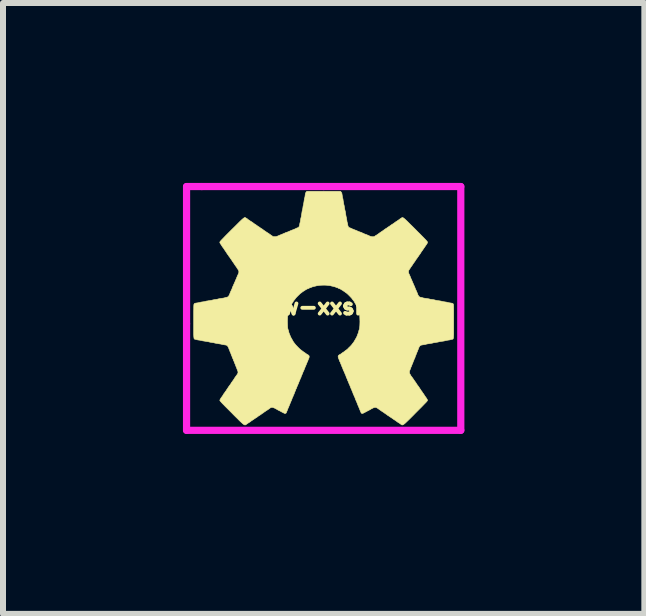
<source format=kicad_pcb>
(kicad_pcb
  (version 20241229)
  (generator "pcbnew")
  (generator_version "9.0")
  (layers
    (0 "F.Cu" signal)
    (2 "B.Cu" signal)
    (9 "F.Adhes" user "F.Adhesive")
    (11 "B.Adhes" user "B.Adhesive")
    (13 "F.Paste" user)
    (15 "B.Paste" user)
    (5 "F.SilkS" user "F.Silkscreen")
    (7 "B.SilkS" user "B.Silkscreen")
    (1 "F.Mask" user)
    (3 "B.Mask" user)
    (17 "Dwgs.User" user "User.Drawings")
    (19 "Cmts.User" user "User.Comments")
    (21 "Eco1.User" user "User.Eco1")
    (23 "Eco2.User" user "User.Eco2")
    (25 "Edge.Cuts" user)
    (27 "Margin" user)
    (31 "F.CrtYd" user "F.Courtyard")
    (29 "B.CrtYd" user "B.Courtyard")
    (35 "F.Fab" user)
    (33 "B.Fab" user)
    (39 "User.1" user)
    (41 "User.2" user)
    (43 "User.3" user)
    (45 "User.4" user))
  (footprint "oshw-xxsmall"
    (layer "F.Cu")
    (at 2.346 2.092)
    (property "Reference" "oshw-xxsmall" (at 0 -0.028 0) (layer "F.SilkS") (effects (font (size 0.254 0.254) (thickness 0.064))))
    (attr through_hole)
    (fp_poly (pts (xy 0.292 -1.939) (xy 0.298 -1.931) (xy 0.302 -1.922) (xy 0.305 -1.909) (xy 0.308 -1.89) (xy 0.309 -1.885) (xy 0.311 -1.867) (xy 0.314 -1.852) (xy 0.316 -1.842) (xy 0.317 -1.839) (xy 0.319 -1.834) (xy 0.322 -1.822) (xy 0.324 -1.804) (xy 0.327 -1.784) (xy 0.328 -1.782) (xy 0.331 -1.762) (xy 0.334 -1.743) (xy 0.337 -1.73) (xy 0.338 -1.723) (xy 0.339 -1.723) (xy 0.341 -1.716) (xy 0.343 -1.703) (xy 0.346 -1.686) (xy 0.347 -1.676) (xy 0.35 -1.659) (xy 0.353 -1.645) (xy 0.355 -1.636) (xy 0.356 -1.634) (xy 0.357 -1.629) (xy 0.36 -1.618) (xy 0.363 -1.601) (xy 0.366 -1.581) (xy 0.366 -1.579) (xy 0.369 -1.559) (xy 0.372 -1.541) (xy 0.375 -1.528) (xy 0.376 -1.522) (xy 0.377 -1.522) (xy 0.378 -1.516) (xy 0.381 -1.504) (xy 0.383 -1.487) (xy 0.385 -1.475) (xy 0.388 -1.457) (xy 0.39 -1.442) (xy 0.393 -1.432) (xy 0.394 -1.429) (xy 0.396 -1.422) (xy 0.399 -1.411) (xy 0.4 -1.398) (xy 0.404 -1.38) (xy 0.41 -1.364) (xy 0.418 -1.352) (xy 0.427 -1.346) (xy 0.429 -1.346) (xy 0.435 -1.345) (xy 0.446 -1.34) (xy 0.453 -1.337) (xy 0.477 -1.326) (xy 0.5 -1.317) (xy 0.516 -1.31) (xy 0.541 -1.301) (xy 0.563 -1.291) (xy 0.58 -1.283) (xy 0.594 -1.278) (xy 0.608 -1.273) (xy 0.612 -1.272) (xy 0.624 -1.268) (xy 0.638 -1.262) (xy 0.639 -1.261) (xy 0.659 -1.252) (xy 0.678 -1.243) (xy 0.694 -1.237) (xy 0.703 -1.234) (xy 0.717 -1.229) (xy 0.737 -1.22) (xy 0.765 -1.208) (xy 0.77 -1.205) (xy 0.786 -1.2) (xy 0.804 -1.196) (xy 0.822 -1.195) (xy 0.838 -1.197) (xy 0.85 -1.201) (xy 0.853 -1.203) (xy 0.858 -1.209) (xy 0.861 -1.211) (xy 0.866 -1.213) (xy 0.877 -1.22) (xy 0.892 -1.229) (xy 0.909 -1.241) (xy 0.928 -1.255) (xy 0.933 -1.259) (xy 0.948 -1.269) (xy 0.962 -1.279) (xy 0.972 -1.285) (xy 0.982 -1.292) (xy 0.995 -1.301) (xy 1.008 -1.311) (xy 1.02 -1.32) (xy 1.03 -1.327) (xy 1.035 -1.329) (xy 1.035 -1.329) (xy 1.039 -1.332) (xy 1.049 -1.338) (xy 1.06 -1.346) (xy 1.072 -1.355) (xy 1.081 -1.361) (xy 1.085 -1.363) (xy 1.09 -1.365) (xy 1.099 -1.372) (xy 1.111 -1.381) (xy 1.116 -1.384) (xy 1.129 -1.394) (xy 1.14 -1.401) (xy 1.146 -1.405) (xy 1.147 -1.405) (xy 1.152 -1.408) (xy 1.161 -1.414) (xy 1.174 -1.423) (xy 1.179 -1.427) (xy 1.192 -1.436) (xy 1.202 -1.444) (xy 1.208 -1.448) (xy 1.209 -1.448) (xy 1.213 -1.45) (xy 1.222 -1.456) (xy 1.233 -1.464) (xy 1.246 -1.473) (xy 1.257 -1.48) (xy 1.263 -1.483) (xy 1.269 -1.487) (xy 1.27 -1.49) (xy 1.273 -1.494) (xy 1.275 -1.494) (xy 1.28 -1.497) (xy 1.29 -1.503) (xy 1.293 -1.505) (xy 1.298 -1.509) (xy 1.303 -1.512) (xy 1.307 -1.515) (xy 1.312 -1.515) (xy 1.318 -1.514) (xy 1.326 -1.511) (xy 1.335 -1.505) (xy 1.346 -1.496) (xy 1.36 -1.484) (xy 1.377 -1.468) (xy 1.398 -1.448) (xy 1.423 -1.423) (xy 1.452 -1.394) (xy 1.487 -1.36) (xy 1.527 -1.32) (xy 1.531 -1.316) (xy 1.571 -1.275) (xy 1.606 -1.241) (xy 1.635 -1.211) (xy 1.66 -1.186) (xy 1.68 -1.165) (xy 1.697 -1.148) (xy 1.709 -1.135) (xy 1.718 -1.124) (xy 1.725 -1.116) (xy 1.729 -1.11) (xy 1.731 -1.106) (xy 1.731 -1.104) (xy 1.729 -1.093) (xy 1.722 -1.079) (xy 1.716 -1.07) (xy 1.707 -1.057) (xy 1.699 -1.046) (xy 1.695 -1.04) (xy 1.69 -1.032) (xy 1.68 -1.018) (xy 1.668 -1) (xy 1.654 -0.98) (xy 1.64 -0.959) (xy 1.637 -0.956) (xy 1.628 -0.943) (xy 1.621 -0.932) (xy 1.617 -0.926) (xy 1.617 -0.925) (xy 1.615 -0.921) (xy 1.608 -0.911) (xy 1.599 -0.899) (xy 1.599 -0.898) (xy 1.589 -0.885) (xy 1.582 -0.874) (xy 1.578 -0.867) (xy 1.578 -0.867) (xy 1.573 -0.861) (xy 1.571 -0.859) (xy 1.567 -0.856) (xy 1.566 -0.854) (xy 1.564 -0.848) (xy 1.557 -0.838) (xy 1.548 -0.826) (xy 1.547 -0.825) (xy 1.538 -0.812) (xy 1.531 -0.803) (xy 1.528 -0.798) (xy 1.528 -0.798) (xy 1.526 -0.793) (xy 1.52 -0.784) (xy 1.511 -0.771) (xy 1.507 -0.766) (xy 1.497 -0.753) (xy 1.49 -0.742) (xy 1.486 -0.736) (xy 1.486 -0.735) (xy 1.483 -0.73) (xy 1.477 -0.721) (xy 1.468 -0.709) (xy 1.467 -0.707) (xy 1.458 -0.695) (xy 1.451 -0.685) (xy 1.448 -0.68) (xy 1.448 -0.68) (xy 1.445 -0.675) (xy 1.439 -0.666) (xy 1.431 -0.654) (xy 1.421 -0.64) (xy 1.416 -0.628) (xy 1.414 -0.617) (xy 1.414 -0.611) (xy 1.415 -0.597) (xy 1.419 -0.584) (xy 1.42 -0.581) (xy 1.428 -0.565) (xy 1.437 -0.544) (xy 1.446 -0.524) (xy 1.452 -0.506) (xy 1.453 -0.506) (xy 1.457 -0.495) (xy 1.46 -0.488) (xy 1.461 -0.487) (xy 1.464 -0.482) (xy 1.468 -0.472) (xy 1.469 -0.47) (xy 1.474 -0.457) (xy 1.481 -0.441) (xy 1.483 -0.436) (xy 1.49 -0.42) (xy 1.497 -0.404) (xy 1.499 -0.4) (xy 1.505 -0.385) (xy 1.513 -0.369) (xy 1.515 -0.364) (xy 1.52 -0.352) (xy 1.523 -0.343) (xy 1.524 -0.341) (xy 1.526 -0.335) (xy 1.53 -0.325) (xy 1.532 -0.32) (xy 1.544 -0.295) (xy 1.552 -0.276) (xy 1.558 -0.262) (xy 1.563 -0.251) (xy 1.566 -0.242) (xy 1.567 -0.238) (xy 1.571 -0.227) (xy 1.575 -0.221) (xy 1.576 -0.22) (xy 1.579 -0.217) (xy 1.579 -0.215) (xy 1.583 -0.205) (xy 1.593 -0.196) (xy 1.607 -0.188) (xy 1.622 -0.184) (xy 1.624 -0.184) (xy 1.637 -0.181) (xy 1.646 -0.179) (xy 1.649 -0.178) (xy 1.654 -0.176) (xy 1.667 -0.173) (xy 1.684 -0.17) (xy 1.704 -0.167) (xy 1.706 -0.167) (xy 1.726 -0.164) (xy 1.744 -0.161) (xy 1.757 -0.159) (xy 1.763 -0.157) (xy 1.763 -0.157) (xy 1.769 -0.155) (xy 1.781 -0.152) (xy 1.798 -0.15) (xy 1.81 -0.148) (xy 1.828 -0.146) (xy 1.843 -0.143) (xy 1.853 -0.141) (xy 1.856 -0.14) (xy 1.862 -0.138) (xy 1.874 -0.135) (xy 1.891 -0.132) (xy 1.912 -0.129) (xy 1.913 -0.129) (xy 1.934 -0.126) (xy 1.951 -0.123) (xy 1.964 -0.12) (xy 1.97 -0.119) (xy 1.971 -0.118) (xy 1.976 -0.117) (xy 1.989 -0.114) (xy 2.005 -0.111) (xy 2.015 -0.11) (xy 2.033 -0.107) (xy 2.048 -0.105) (xy 2.057 -0.102) (xy 2.06 -0.102) (xy 2.065 -0.1) (xy 2.077 -0.097) (xy 2.094 -0.094) (xy 2.102 -0.093) (xy 2.126 -0.089) (xy 2.142 -0.086) (xy 2.153 -0.082) (xy 2.158 -0.078) (xy 2.159 -0.074) (xy 2.161 -0.068) (xy 2.163 -0.068) (xy 2.164 -0.064) (xy 2.165 -0.051) (xy 2.166 -0.03) (xy 2.166 -0.001) (xy 2.167 0.036) (xy 2.167 0.081) (xy 2.167 0.135) (xy 2.167 0.195) (xy 2.167 0.212) (xy 2.167 0.269) (xy 2.167 0.319) (xy 2.167 0.361) (xy 2.167 0.397) (xy 2.167 0.426) (xy 2.166 0.45) (xy 2.165 0.469) (xy 2.164 0.484) (xy 2.162 0.495) (xy 2.16 0.502) (xy 2.157 0.508) (xy 2.154 0.511) (xy 2.15 0.513) (xy 2.145 0.514) (xy 2.14 0.514) (xy 2.138 0.515) (xy 2.126 0.517) (xy 2.115 0.52) (xy 2.115 0.521) (xy 2.107 0.523) (xy 2.093 0.526) (xy 2.076 0.528) (xy 2.07 0.529) (xy 2.053 0.532) (xy 2.037 0.535) (xy 2.027 0.537) (xy 2.026 0.538) (xy 2.018 0.54) (xy 2.004 0.543) (xy 1.986 0.546) (xy 1.968 0.548) (xy 1.948 0.551) (xy 1.931 0.554) (xy 1.918 0.557) (xy 1.911 0.559) (xy 1.904 0.561) (xy 1.89 0.563) (xy 1.872 0.566) (xy 1.863 0.568) (xy 1.845 0.57) (xy 1.83 0.573) (xy 1.821 0.575) (xy 1.818 0.576) (xy 1.813 0.578) (xy 1.8 0.58) (xy 1.783 0.583) (xy 1.763 0.586) (xy 1.763 0.586) (xy 1.743 0.589) (xy 1.725 0.592) (xy 1.712 0.595) (xy 1.706 0.597) (xy 1.699 0.599) (xy 1.685 0.602) (xy 1.668 0.604) (xy 1.658 0.606) (xy 1.637 0.609) (xy 1.623 0.613) (xy 1.613 0.617) (xy 1.607 0.621) (xy 1.599 0.63) (xy 1.596 0.637) (xy 1.596 0.637) (xy 1.594 0.643) (xy 1.592 0.643) (xy 1.589 0.647) (xy 1.585 0.656) (xy 1.583 0.661) (xy 1.58 0.673) (xy 1.576 0.682) (xy 1.575 0.684) (xy 1.572 0.69) (xy 1.568 0.701) (xy 1.566 0.705) (xy 1.562 0.718) (xy 1.557 0.729) (xy 1.556 0.73) (xy 1.552 0.739) (xy 1.547 0.753) (xy 1.545 0.758) (xy 1.54 0.771) (xy 1.536 0.782) (xy 1.534 0.785) (xy 1.53 0.794) (xy 1.525 0.808) (xy 1.524 0.814) (xy 1.52 0.825) (xy 1.517 0.833) (xy 1.515 0.834) (xy 1.513 0.838) (xy 1.509 0.847) (xy 1.507 0.852) (xy 1.503 0.864) (xy 1.5 0.873) (xy 1.499 0.874) (xy 1.495 0.881) (xy 1.491 0.892) (xy 1.49 0.895) (xy 1.486 0.908) (xy 1.481 0.919) (xy 1.48 0.921) (xy 1.476 0.93) (xy 1.471 0.943) (xy 1.469 0.948) (xy 1.464 0.962) (xy 1.459 0.973) (xy 1.458 0.976) (xy 1.453 0.984) (xy 1.452 0.989) (xy 1.45 0.996) (xy 1.446 1.007) (xy 1.441 1.019) (xy 1.431 1.044) (xy 1.429 1.066) (xy 1.434 1.086) (xy 1.443 1.102) (xy 1.45 1.113) (xy 1.455 1.122) (xy 1.456 1.126) (xy 1.459 1.13) (xy 1.46 1.13) (xy 1.463 1.134) (xy 1.47 1.142) (xy 1.479 1.155) (xy 1.489 1.169) (xy 1.499 1.183) (xy 1.505 1.193) (xy 1.51 1.2) (xy 1.518 1.211) (xy 1.527 1.224) (xy 1.527 1.224) (xy 1.536 1.236) (xy 1.542 1.246) (xy 1.545 1.251) (xy 1.545 1.251) (xy 1.548 1.255) (xy 1.554 1.265) (xy 1.563 1.278) (xy 1.571 1.288) (xy 1.581 1.302) (xy 1.59 1.314) (xy 1.595 1.322) (xy 1.596 1.324) (xy 1.598 1.328) (xy 1.604 1.337) (xy 1.611 1.346) (xy 1.619 1.358) (xy 1.624 1.367) (xy 1.626 1.371) (xy 1.629 1.376) (xy 1.632 1.377) (xy 1.638 1.382) (xy 1.638 1.385) (xy 1.641 1.391) (xy 1.647 1.401) (xy 1.656 1.413) (xy 1.657 1.414) (xy 1.667 1.427) (xy 1.673 1.436) (xy 1.676 1.442) (xy 1.676 1.442) (xy 1.679 1.447) (xy 1.685 1.456) (xy 1.692 1.466) (xy 1.71 1.491) (xy 1.722 1.51) (xy 1.729 1.523) (xy 1.731 1.533) (xy 1.731 1.533) (xy 1.73 1.537) (xy 1.724 1.545) (xy 1.715 1.556) (xy 1.701 1.571) (xy 1.682 1.59) (xy 1.659 1.614) (xy 1.631 1.643) (xy 1.597 1.677) (xy 1.558 1.716) (xy 1.531 1.743) (xy 1.491 1.784) (xy 1.456 1.819) (xy 1.426 1.849) (xy 1.4 1.874) (xy 1.379 1.894) (xy 1.361 1.911) (xy 1.347 1.923) (xy 1.335 1.932) (xy 1.325 1.938) (xy 1.317 1.942) (xy 1.31 1.942) (xy 1.303 1.941) (xy 1.297 1.938) (xy 1.291 1.934) (xy 1.284 1.928) (xy 1.278 1.924) (xy 1.264 1.914) (xy 1.253 1.907) (xy 1.245 1.902) (xy 1.245 1.902) (xy 1.238 1.898) (xy 1.227 1.891) (xy 1.215 1.881) (xy 1.214 1.881) (xy 1.202 1.872) (xy 1.193 1.865) (xy 1.188 1.863) (xy 1.188 1.863) (xy 1.184 1.86) (xy 1.174 1.854) (xy 1.16 1.844) (xy 1.143 1.832) (xy 1.13 1.823) (xy 1.11 1.81) (xy 1.092 1.798) (xy 1.078 1.788) (xy 1.069 1.783) (xy 1.066 1.781) (xy 1.059 1.777) (xy 1.058 1.774) (xy 1.055 1.77) (xy 1.053 1.77) (xy 1.047 1.767) (xy 1.037 1.76) (xy 1.033 1.757) (xy 1.023 1.749) (xy 1.015 1.745) (xy 1.013 1.744) (xy 1.008 1.741) (xy 1.008 1.74) (xy 1.004 1.735) (xy 1 1.733) (xy 0.996 1.731) (xy 0.99 1.727) (xy 0.981 1.722) (xy 0.968 1.713) (xy 0.951 1.701) (xy 0.928 1.685) (xy 0.914 1.675) (xy 0.894 1.661) (xy 0.877 1.652) (xy 0.863 1.649) (xy 0.848 1.65) (xy 0.831 1.656) (xy 0.818 1.662) (xy 0.803 1.67) (xy 0.791 1.676) (xy 0.784 1.68) (xy 0.783 1.681) (xy 0.779 1.683) (xy 0.77 1.689) (xy 0.756 1.696) (xy 0.735 1.707) (xy 0.71 1.72) (xy 0.692 1.73) (xy 0.676 1.738) (xy 0.663 1.745) (xy 0.658 1.747) (xy 0.647 1.751) (xy 0.635 1.749) (xy 0.626 1.744) (xy 0.624 1.74) (xy 0.621 1.732) (xy 0.616 1.721) (xy 0.611 1.709) (xy 0.605 1.694) (xy 0.603 1.689) (xy 0.596 1.672) (xy 0.589 1.655) (xy 0.581 1.635) (xy 0.577 1.626) (xy 0.57 1.611) (xy 0.565 1.596) (xy 0.563 1.592) (xy 0.55 1.559) (xy 0.538 1.532) (xy 0.532 1.519) (xy 0.526 1.503) (xy 0.525 1.498) (xy 0.521 1.486) (xy 0.518 1.479) (xy 0.516 1.477) (xy 0.514 1.474) (xy 0.51 1.465) (xy 0.508 1.459) (xy 0.503 1.446) (xy 0.498 1.435) (xy 0.497 1.433) (xy 0.492 1.424) (xy 0.491 1.419) (xy 0.489 1.413) (xy 0.485 1.402) (xy 0.479 1.387) (xy 0.478 1.386) (xy 0.472 1.372) (xy 0.468 1.36) (xy 0.466 1.353) (xy 0.466 1.353) (xy 0.463 1.346) (xy 0.462 1.344) (xy 0.458 1.339) (xy 0.454 1.329) (xy 0.453 1.326) (xy 0.45 1.318) (xy 0.447 1.311) (xy 0.443 1.301) (xy 0.438 1.288) (xy 0.43 1.269) (xy 0.424 1.257) (xy 0.419 1.244) (xy 0.414 1.231) (xy 0.413 1.228) (xy 0.408 1.217) (xy 0.402 1.204) (xy 0.402 1.202) (xy 0.396 1.192) (xy 0.394 1.184) (xy 0.394 1.183) (xy 0.392 1.177) (xy 0.387 1.167) (xy 0.383 1.158) (xy 0.377 1.145) (xy 0.373 1.134) (xy 0.373 1.13) (xy 0.37 1.122) (xy 0.367 1.115) (xy 0.361 1.104) (xy 0.358 1.096) (xy 0.354 1.085) (xy 0.347 1.07) (xy 0.34 1.052) (xy 0.332 1.036) (xy 0.328 1.027) (xy 0.324 1.018) (xy 0.322 1.012) (xy 0.322 1.012) (xy 0.32 1.006) (xy 0.316 0.995) (xy 0.312 0.985) (xy 0.305 0.971) (xy 0.3 0.958) (xy 0.299 0.953) (xy 0.294 0.941) (xy 0.29 0.933) (xy 0.286 0.924) (xy 0.281 0.911) (xy 0.28 0.907) (xy 0.276 0.896) (xy 0.272 0.89) (xy 0.271 0.889) (xy 0.269 0.885) (xy 0.265 0.876) (xy 0.263 0.869) (xy 0.257 0.853) (xy 0.251 0.838) (xy 0.249 0.834) (xy 0.244 0.82) (xy 0.241 0.805) (xy 0.241 0.804) (xy 0.243 0.792) (xy 0.248 0.784) (xy 0.256 0.777) (xy 0.266 0.77) (xy 0.273 0.767) (xy 0.275 0.766) (xy 0.28 0.764) (xy 0.289 0.757) (xy 0.3 0.749) (xy 0.311 0.741) (xy 0.32 0.734) (xy 0.324 0.732) (xy 0.328 0.73) (xy 0.337 0.724) (xy 0.349 0.714) (xy 0.353 0.711) (xy 0.366 0.701) (xy 0.376 0.694) (xy 0.382 0.69) (xy 0.383 0.69) (xy 0.386 0.687) (xy 0.395 0.68) (xy 0.406 0.669) (xy 0.419 0.655) (xy 0.434 0.641) (xy 0.447 0.628) (xy 0.458 0.616) (xy 0.466 0.607) (xy 0.47 0.603) (xy 0.47 0.603) (xy 0.472 0.599) (xy 0.479 0.59) (xy 0.486 0.581) (xy 0.496 0.569) (xy 0.504 0.557) (xy 0.512 0.544) (xy 0.522 0.526) (xy 0.528 0.516) (xy 0.533 0.507) (xy 0.537 0.5) (xy 0.538 0.5) (xy 0.541 0.494) (xy 0.547 0.482) (xy 0.554 0.468) (xy 0.56 0.453) (xy 0.565 0.44) (xy 0.567 0.434) (xy 0.571 0.422) (xy 0.575 0.414) (xy 0.576 0.413) (xy 0.578 0.407) (xy 0.581 0.395) (xy 0.584 0.383) (xy 0.587 0.369) (xy 0.591 0.358) (xy 0.593 0.353) (xy 0.596 0.345) (xy 0.599 0.329) (xy 0.601 0.307) (xy 0.603 0.281) (xy 0.604 0.252) (xy 0.605 0.222) (xy 0.604 0.191) (xy 0.603 0.162) (xy 0.602 0.135) (xy 0.6 0.112) (xy 0.597 0.095) (xy 0.594 0.084) (xy 0.593 0.083) (xy 0.59 0.076) (xy 0.587 0.065) (xy 0.586 0.059) (xy 0.583 0.044) (xy 0.579 0.03) (xy 0.578 0.028) (xy 0.573 0.015) (xy 0.567 0.000411) (xy 0.566 -0.004) (xy 0.56 -0.02) (xy 0.55 -0.039) (xy 0.54 -0.06) (xy 0.529 -0.079) (xy 0.52 -0.094) (xy 0.52 -0.094) (xy 0.515 -0.103) (xy 0.512 -0.109) (xy 0.512 -0.109) (xy 0.51 -0.114) (xy 0.503 -0.123) (xy 0.494 -0.136) (xy 0.491 -0.139) (xy 0.481 -0.151) (xy 0.474 -0.161) (xy 0.47 -0.167) (xy 0.47 -0.167) (xy 0.467 -0.171) (xy 0.459 -0.18) (xy 0.448 -0.191) (xy 0.435 -0.205) (xy 0.421 -0.219) (xy 0.408 -0.232) (xy 0.396 -0.243) (xy 0.388 -0.251) (xy 0.384 -0.254) (xy 0.384 -0.254) (xy 0.379 -0.256) (xy 0.37 -0.263) (xy 0.359 -0.271) (xy 0.346 -0.281) (xy 0.334 -0.289) (xy 0.327 -0.292) (xy 0.32 -0.297) (xy 0.318 -0.3) (xy 0.314 -0.304) (xy 0.312 -0.305) (xy 0.305 -0.307) (xy 0.295 -0.313) (xy 0.293 -0.315) (xy 0.279 -0.323) (xy 0.264 -0.33) (xy 0.26 -0.331) (xy 0.249 -0.335) (xy 0.242 -0.338) (xy 0.241 -0.339) (xy 0.238 -0.342) (xy 0.23 -0.345) (xy 0.218 -0.348) (xy 0.205 -0.354) (xy 0.201 -0.355) (xy 0.188 -0.36) (xy 0.17 -0.365) (xy 0.155 -0.369) (xy 0.139 -0.372) (xy 0.127 -0.375) (xy 0.121 -0.377) (xy 0.12 -0.377) (xy 0.115 -0.379) (xy 0.102 -0.381) (xy 0.085 -0.383) (xy 0.064 -0.385) (xy 0.058 -0.386) (xy 0.024 -0.388) (xy -0.006 -0.388) (xy -0.037 -0.387) (xy -0.058 -0.386) (xy -0.08 -0.384) (xy -0.098 -0.381) (xy -0.112 -0.379) (xy -0.12 -0.378) (xy -0.12 -0.377) (xy -0.127 -0.375) (xy -0.139 -0.372) (xy -0.154 -0.369) (xy -0.155 -0.369) (xy -0.171 -0.365) (xy -0.184 -0.361) (xy -0.193 -0.358) (xy -0.202 -0.354) (xy -0.215 -0.349) (xy -0.221 -0.347) (xy -0.233 -0.344) (xy -0.24 -0.34) (xy -0.241 -0.339) (xy -0.245 -0.336) (xy -0.254 -0.332) (xy -0.26 -0.33) (xy -0.275 -0.325) (xy -0.29 -0.317) (xy -0.293 -0.315) (xy -0.303 -0.308) (xy -0.311 -0.305) (xy -0.312 -0.305) (xy -0.317 -0.302) (xy -0.318 -0.3) (xy -0.321 -0.296) (xy -0.329 -0.292) (xy -0.338 -0.287) (xy -0.351 -0.278) (xy -0.36 -0.271) (xy -0.371 -0.262) (xy -0.38 -0.256) (xy -0.383 -0.254) (xy -0.387 -0.251) (xy -0.396 -0.244) (xy -0.407 -0.232) (xy -0.421 -0.219) (xy -0.435 -0.205) (xy -0.448 -0.192) (xy -0.459 -0.18) (xy -0.467 -0.172) (xy -0.47 -0.168) (xy -0.47 -0.167) (xy -0.472 -0.163) (xy -0.479 -0.154) (xy -0.488 -0.142) (xy -0.491 -0.139) (xy -0.501 -0.126) (xy -0.508 -0.115) (xy -0.512 -0.108) (xy -0.512 -0.107) (xy -0.515 -0.1) (xy -0.518 -0.099) (xy -0.521 -0.094) (xy -0.528 -0.083) (xy -0.536 -0.067) (xy -0.545 -0.05) (xy -0.554 -0.032) (xy -0.561 -0.016) (xy -0.567 -0.002) (xy -0.567 0) (xy -0.573 0.014) (xy -0.578 0.027) (xy -0.578 0.028) (xy -0.582 0.04) (xy -0.586 0.055) (xy -0.586 0.059) (xy -0.589 0.072) (xy -0.592 0.081) (xy -0.593 0.083) (xy -0.596 0.091) (xy -0.599 0.107) (xy -0.601 0.129) (xy -0.603 0.155) (xy -0.604 0.184) (xy -0.605 0.214) (xy -0.604 0.245) (xy -0.603 0.274) (xy -0.602 0.301) (xy -0.6 0.324) (xy -0.597 0.341) (xy -0.594 0.352) (xy -0.593 0.353) (xy -0.59 0.36) (xy -0.587 0.371) (xy -0.584 0.383) (xy -0.581 0.397) (xy -0.578 0.408) (xy -0.576 0.413) (xy -0.573 0.419) (xy -0.569 0.43) (xy -0.567 0.434) (xy -0.563 0.445) (xy -0.557 0.459) (xy -0.551 0.474) (xy -0.544 0.488) (xy -0.539 0.497) (xy -0.538 0.5) (xy -0.534 0.504) (xy -0.529 0.514) (xy -0.528 0.516) (xy -0.516 0.537) (xy -0.508 0.552) (xy -0.499 0.564) (xy -0.491 0.576) (xy -0.486 0.581) (xy -0.478 0.592) (xy -0.472 0.6) (xy -0.47 0.603) (xy -0.467 0.606) (xy -0.459 0.615) (xy -0.448 0.626) (xy -0.435 0.64) (xy -0.421 0.654) (xy -0.408 0.667) (xy -0.396 0.678) (xy -0.387 0.686) (xy -0.383 0.69) (xy -0.383 0.69) (xy -0.379 0.692) (xy -0.37 0.699) (xy -0.358 0.708) (xy -0.353 0.711) (xy -0.341 0.721) (xy -0.33 0.728) (xy -0.324 0.732) (xy -0.324 0.732) (xy -0.32 0.735) (xy -0.311 0.741) (xy -0.3 0.749) (xy -0.288 0.758) (xy -0.279 0.764) (xy -0.275 0.766) (xy -0.269 0.769) (xy -0.26 0.775) (xy -0.256 0.777) (xy -0.246 0.786) (xy -0.242 0.796) (xy -0.241 0.804) (xy -0.243 0.818) (xy -0.248 0.833) (xy -0.249 0.834) (xy -0.255 0.848) (xy -0.261 0.864) (xy -0.263 0.868) (xy -0.267 0.88) (xy -0.27 0.887) (xy -0.271 0.889) (xy -0.274 0.894) (xy -0.278 0.904) (xy -0.279 0.906) (xy -0.286 0.924) (xy -0.296 0.948) (xy -0.307 0.972) (xy -0.312 0.985) (xy -0.317 0.999) (xy -0.318 0.999) (xy -0.323 1.013) (xy -0.328 1.027) (xy -0.328 1.027) (xy -0.333 1.037) (xy -0.34 1.052) (xy -0.345 1.063) (xy -0.35 1.077) (xy -0.354 1.087) (xy -0.356 1.091) (xy -0.358 1.096) (xy -0.362 1.107) (xy -0.366 1.115) (xy -0.372 1.128) (xy -0.376 1.139) (xy -0.377 1.143) (xy -0.379 1.152) (xy -0.383 1.158) (xy -0.388 1.167) (xy -0.393 1.18) (xy -0.394 1.183) (xy -0.399 1.196) (xy -0.404 1.207) (xy -0.404 1.209) (xy -0.41 1.22) (xy -0.413 1.228) (xy -0.416 1.238) (xy -0.422 1.252) (xy -0.424 1.257) (xy -0.434 1.279) (xy -0.441 1.295) (xy -0.445 1.306) (xy -0.449 1.314) (xy -0.451 1.322) (xy -0.453 1.326) (xy -0.457 1.337) (xy -0.461 1.344) (xy -0.462 1.344) (xy -0.465 1.35) (xy -0.466 1.353) (xy -0.467 1.359) (xy -0.472 1.371) (xy -0.478 1.386) (xy -0.478 1.386) (xy -0.485 1.401) (xy -0.489 1.413) (xy -0.491 1.419) (xy -0.491 1.419) (xy -0.493 1.427) (xy -0.497 1.433) (xy -0.502 1.442) (xy -0.507 1.456) (xy -0.508 1.459) (xy -0.512 1.47) (xy -0.515 1.477) (xy -0.516 1.477) (xy -0.519 1.481) (xy -0.522 1.491) (xy -0.525 1.498) (xy -0.53 1.513) (xy -0.536 1.528) (xy -0.538 1.532) (xy -0.553 1.567) (xy -0.563 1.592) (xy -0.568 1.605) (xy -0.575 1.621) (xy -0.577 1.626) (xy -0.586 1.648) (xy -0.594 1.665) (xy -0.601 1.682) (xy -0.603 1.689) (xy -0.609 1.704) (xy -0.615 1.717) (xy -0.616 1.721) (xy -0.621 1.732) (xy -0.624 1.74) (xy -0.63 1.747) (xy -0.64 1.75) (xy -0.652 1.75) (xy -0.658 1.747) (xy -0.666 1.743) (xy -0.679 1.736) (xy -0.696 1.728) (xy -0.707 1.721) (xy -0.734 1.707) (xy -0.755 1.697) (xy -0.769 1.689) (xy -0.778 1.684) (xy -0.782 1.681) (xy -0.783 1.681) (xy -0.788 1.678) (xy -0.798 1.672) (xy -0.812 1.665) (xy -0.818 1.662) (xy -0.84 1.653) (xy -0.857 1.649) (xy -0.873 1.65) (xy -0.888 1.657) (xy -0.906 1.67) (xy -0.92 1.68) (xy -0.932 1.689) (xy -0.94 1.694) (xy -0.949 1.699) (xy -0.962 1.707) (xy -0.972 1.715) (xy -0.984 1.723) (xy -0.995 1.73) (xy -1 1.733) (xy -1.006 1.737) (xy -1.008 1.74) (xy -1.011 1.744) (xy -1.013 1.744) (xy -1.019 1.747) (xy -1.029 1.754) (xy -1.033 1.757) (xy -1.043 1.765) (xy -1.051 1.769) (xy -1.053 1.77) (xy -1.058 1.772) (xy -1.058 1.774) (xy -1.062 1.779) (xy -1.068 1.782) (xy -1.076 1.786) (xy -1.088 1.794) (xy -1.1 1.803) (xy -1.111 1.812) (xy -1.12 1.818) (xy -1.124 1.82) (xy -1.129 1.823) (xy -1.138 1.829) (xy -1.151 1.838) (xy -1.156 1.841) (xy -1.17 1.851) (xy -1.18 1.858) (xy -1.187 1.862) (xy -1.187 1.863) (xy -1.192 1.865) (xy -1.201 1.871) (xy -1.213 1.88) (xy -1.214 1.881) (xy -1.227 1.891) (xy -1.238 1.898) (xy -1.244 1.902) (xy -1.245 1.902) (xy -1.251 1.906) (xy -1.262 1.913) (xy -1.275 1.922) (xy -1.278 1.924) (xy -1.286 1.93) (xy -1.293 1.935) (xy -1.299 1.939) (xy -1.305 1.942) (xy -1.312 1.942) (xy -1.319 1.941) (xy -1.328 1.937) (xy -1.338 1.93) (xy -1.351 1.92) (xy -1.366 1.906) (xy -1.385 1.889) (xy -1.408 1.867) (xy -1.434 1.84) (xy -1.466 1.809) (xy -1.503 1.772) (xy -1.531 1.743) (xy -1.574 1.7) (xy -1.611 1.663) (xy -1.643 1.631) (xy -1.669 1.604) (xy -1.691 1.582) (xy -1.707 1.564) (xy -1.719 1.55) (xy -1.727 1.541) (xy -1.731 1.535) (xy -1.731 1.533) (xy -1.729 1.524) (xy -1.722 1.511) (xy -1.711 1.492) (xy -1.693 1.468) (xy -1.692 1.466) (xy -1.684 1.455) (xy -1.678 1.446) (xy -1.676 1.442) (xy -1.674 1.437) (xy -1.668 1.428) (xy -1.659 1.415) (xy -1.658 1.415) (xy -1.649 1.402) (xy -1.641 1.39) (xy -1.637 1.383) (xy -1.637 1.383) (xy -1.633 1.377) (xy -1.63 1.376) (xy -1.626 1.373) (xy -1.626 1.371) (xy -1.623 1.365) (xy -1.617 1.355) (xy -1.611 1.346) (xy -1.603 1.335) (xy -1.597 1.327) (xy -1.596 1.324) (xy -1.594 1.32) (xy -1.587 1.31) (xy -1.578 1.297) (xy -1.571 1.288) (xy -1.56 1.273) (xy -1.551 1.261) (xy -1.546 1.253) (xy -1.545 1.251) (xy -1.543 1.246) (xy -1.537 1.237) (xy -1.528 1.225) (xy -1.527 1.224) (xy -1.518 1.211) (xy -1.51 1.2) (xy -1.505 1.193) (xy -1.505 1.193) (xy -1.495 1.178) (xy -1.483 1.158) (xy -1.469 1.138) (xy -1.455 1.119) (xy -1.449 1.111) (xy -1.437 1.093) (xy -1.429 1.077) (xy -1.428 1.062) (xy -1.431 1.045) (xy -1.439 1.024) (xy -1.442 1.017) (xy -1.447 1.004) (xy -1.451 0.994) (xy -1.452 0.989) (xy -1.454 0.982) (xy -1.458 0.976) (xy -1.462 0.967) (xy -1.467 0.953) (xy -1.469 0.948) (xy -1.474 0.935) (xy -1.478 0.924) (xy -1.48 0.921) (xy -1.484 0.911) (xy -1.489 0.898) (xy -1.49 0.895) (xy -1.494 0.884) (xy -1.498 0.875) (xy -1.499 0.874) (xy -1.502 0.868) (xy -1.506 0.857) (xy -1.507 0.852) (xy -1.511 0.841) (xy -1.514 0.835) (xy -1.515 0.834) (xy -1.518 0.83) (xy -1.521 0.821) (xy -1.524 0.814) (xy -1.528 0.8) (xy -1.533 0.789) (xy -1.534 0.785) (xy -1.539 0.776) (xy -1.543 0.763) (xy -1.545 0.758) (xy -1.55 0.744) (xy -1.555 0.733) (xy -1.556 0.73) (xy -1.561 0.721) (xy -1.565 0.708) (xy -1.566 0.705) (xy -1.57 0.693) (xy -1.574 0.685) (xy -1.575 0.684) (xy -1.578 0.677) (xy -1.582 0.666) (xy -1.583 0.661) (xy -1.587 0.651) (xy -1.591 0.644) (xy -1.592 0.643) (xy -1.596 0.64) (xy -1.596 0.637) (xy -1.599 0.63) (xy -1.606 0.622) (xy -1.607 0.621) (xy -1.614 0.616) (xy -1.624 0.612) (xy -1.637 0.609) (xy -1.658 0.606) (xy -1.659 0.605) (xy -1.677 0.603) (xy -1.692 0.6) (xy -1.701 0.598) (xy -1.704 0.597) (xy -1.71 0.595) (xy -1.722 0.593) (xy -1.739 0.59) (xy -1.759 0.587) (xy -1.761 0.586) (xy -1.782 0.583) (xy -1.799 0.58) (xy -1.812 0.578) (xy -1.818 0.576) (xy -1.818 0.576) (xy -1.824 0.574) (xy -1.836 0.571) (xy -1.853 0.569) (xy -1.863 0.567) (xy -1.88 0.565) (xy -1.895 0.562) (xy -1.905 0.56) (xy -1.907 0.559) (xy -1.913 0.557) (xy -1.925 0.555) (xy -1.942 0.552) (xy -1.963 0.549) (xy -1.966 0.548) (xy -1.987 0.545) (xy -2.005 0.542) (xy -2.018 0.54) (xy -2.025 0.538) (xy -2.026 0.538) (xy -2.032 0.536) (xy -2.044 0.533) (xy -2.06 0.531) (xy -2.068 0.529) (xy -2.086 0.527) (xy -2.102 0.524) (xy -2.112 0.522) (xy -2.115 0.521) (xy -2.125 0.518) (xy -2.137 0.515) (xy -2.138 0.515) (xy -2.144 0.514) (xy -2.149 0.513) (xy -2.153 0.511) (xy -2.156 0.508) (xy -2.159 0.504) (xy -2.162 0.497) (xy -2.163 0.486) (xy -2.165 0.473) (xy -2.166 0.455) (xy -2.167 0.432) (xy -2.167 0.404) (xy -2.167 0.369) (xy -2.167 0.329) (xy -2.167 0.281) (xy -2.167 0.225) (xy -2.167 0.212) (xy -2.167 0.149) (xy -2.167 0.094) (xy -2.167 0.047) (xy -2.166 0.008) (xy -2.166 -0.024) (xy -2.165 -0.046) (xy -2.164 -0.061) (xy -2.163 -0.067) (xy -2.163 -0.068) (xy -2.159 -0.071) (xy -2.159 -0.074) (xy -2.157 -0.079) (xy -2.151 -0.083) (xy -2.14 -0.087) (xy -2.123 -0.09) (xy -2.102 -0.093) (xy -2.084 -0.096) (xy -2.07 -0.098) (xy -2.061 -0.101) (xy -2.06 -0.101) (xy -2.054 -0.103) (xy -2.042 -0.106) (xy -2.025 -0.108) (xy -2.015 -0.11) (xy -1.997 -0.112) (xy -1.982 -0.115) (xy -1.973 -0.117) (xy -1.971 -0.118) (xy -1.965 -0.12) (xy -1.953 -0.123) (xy -1.936 -0.125) (xy -1.915 -0.129) (xy -1.911 -0.129) (xy -1.89 -0.132) (xy -1.873 -0.135) (xy -1.859 -0.138) (xy -1.852 -0.14) (xy -1.852 -0.14) (xy -1.846 -0.142) (xy -1.834 -0.144) (xy -1.818 -0.147) (xy -1.808 -0.148) (xy -1.79 -0.151) (xy -1.775 -0.153) (xy -1.765 -0.156) (xy -1.763 -0.157) (xy -1.758 -0.158) (xy -1.745 -0.161) (xy -1.728 -0.164) (xy -1.708 -0.167) (xy -1.706 -0.167) (xy -1.686 -0.17) (xy -1.668 -0.173) (xy -1.655 -0.176) (xy -1.649 -0.178) (xy -1.649 -0.178) (xy -1.642 -0.18) (xy -1.631 -0.183) (xy -1.624 -0.184) (xy -1.608 -0.188) (xy -1.594 -0.195) (xy -1.584 -0.204) (xy -1.579 -0.214) (xy -1.579 -0.215) (xy -1.577 -0.22) (xy -1.576 -0.22) (xy -1.573 -0.224) (xy -1.569 -0.233) (xy -1.567 -0.238) (xy -1.564 -0.247) (xy -1.56 -0.257) (xy -1.555 -0.27) (xy -1.548 -0.286) (xy -1.537 -0.308) (xy -1.532 -0.32) (xy -1.527 -0.331) (xy -1.524 -0.339) (xy -1.524 -0.341) (xy -1.522 -0.346) (xy -1.518 -0.357) (xy -1.515 -0.364) (xy -1.508 -0.379) (xy -1.501 -0.395) (xy -1.499 -0.4) (xy -1.492 -0.415) (xy -1.485 -0.431) (xy -1.483 -0.436) (xy -1.476 -0.451) (xy -1.47 -0.466) (xy -1.469 -0.47) (xy -1.464 -0.48) (xy -1.461 -0.486) (xy -1.461 -0.487) (xy -1.458 -0.492) (xy -1.454 -0.502) (xy -1.453 -0.506) (xy -1.446 -0.523) (xy -1.437 -0.544) (xy -1.428 -0.564) (xy -1.42 -0.58) (xy -1.42 -0.581) (xy -1.416 -0.592) (xy -1.414 -0.607) (xy -1.414 -0.611) (xy -1.415 -0.624) (xy -1.419 -0.635) (xy -1.427 -0.648) (xy -1.431 -0.654) (xy -1.439 -0.666) (xy -1.446 -0.675) (xy -1.448 -0.68) (xy -1.45 -0.685) (xy -1.457 -0.694) (xy -1.466 -0.706) (xy -1.467 -0.707) (xy -1.476 -0.72) (xy -1.483 -0.729) (xy -1.486 -0.734) (xy -1.486 -0.735) (xy -1.488 -0.739) (xy -1.495 -0.749) (xy -1.504 -0.761) (xy -1.507 -0.766) (xy -1.517 -0.78) (xy -1.524 -0.79) (xy -1.528 -0.797) (xy -1.528 -0.798) (xy -1.531 -0.802) (xy -1.537 -0.811) (xy -1.546 -0.823) (xy -1.547 -0.825) (xy -1.557 -0.837) (xy -1.563 -0.848) (xy -1.566 -0.854) (xy -1.566 -0.854) (xy -1.569 -0.859) (xy -1.571 -0.859) (xy -1.576 -0.863) (xy -1.578 -0.867) (xy -1.581 -0.874) (xy -1.589 -0.885) (xy -1.598 -0.898) (xy -1.599 -0.898) (xy -1.608 -0.91) (xy -1.614 -0.92) (xy -1.617 -0.925) (xy -1.617 -0.925) (xy -1.619 -0.93) (xy -1.626 -0.939) (xy -1.635 -0.952) (xy -1.638 -0.957) (xy -1.648 -0.971) (xy -1.655 -0.981) (xy -1.659 -0.988) (xy -1.659 -0.988) (xy -1.662 -0.993) (xy -1.668 -1.002) (xy -1.677 -1.014) (xy -1.679 -1.016) (xy -1.688 -1.028) (xy -1.694 -1.038) (xy -1.698 -1.043) (xy -1.698 -1.043) (xy -1.7 -1.048) (xy -1.706 -1.057) (xy -1.714 -1.069) (xy -1.725 -1.085) (xy -1.731 -1.098) (xy -1.731 -1.104) (xy -1.731 -1.107) (xy -1.728 -1.111) (xy -1.724 -1.118) (xy -1.717 -1.126) (xy -1.707 -1.137) (xy -1.693 -1.152) (xy -1.676 -1.169) (xy -1.655 -1.191) (xy -1.63 -1.217) (xy -1.599 -1.248) (xy -1.563 -1.284) (xy -1.531 -1.316) (xy -1.49 -1.356) (xy -1.455 -1.391) (xy -1.425 -1.421) (xy -1.4 -1.446) (xy -1.379 -1.466) (xy -1.361 -1.483) (xy -1.347 -1.495) (xy -1.335 -1.504) (xy -1.326 -1.511) (xy -1.319 -1.514) (xy -1.313 -1.516) (xy -1.308 -1.515) (xy -1.304 -1.513) (xy -1.3 -1.51) (xy -1.295 -1.507) (xy -1.286 -1.501) (xy -1.28 -1.499) (xy -1.274 -1.495) (xy -1.27 -1.49) (xy -1.265 -1.483) (xy -1.261 -1.482) (xy -1.256 -1.479) (xy -1.246 -1.473) (xy -1.234 -1.465) (xy -1.222 -1.456) (xy -1.212 -1.45) (xy -1.208 -1.448) (xy -1.203 -1.445) (xy -1.194 -1.439) (xy -1.181 -1.43) (xy -1.177 -1.427) (xy -1.164 -1.417) (xy -1.154 -1.409) (xy -1.148 -1.406) (xy -1.147 -1.405) (xy -1.143 -1.403) (xy -1.133 -1.397) (xy -1.121 -1.388) (xy -1.116 -1.384) (xy -1.103 -1.375) (xy -1.092 -1.367) (xy -1.086 -1.363) (xy -1.085 -1.363) (xy -1.081 -1.361) (xy -1.072 -1.355) (xy -1.06 -1.346) (xy -1.049 -1.338) (xy -1.039 -1.332) (xy -1.035 -1.329) (xy -1.031 -1.327) (xy -1.021 -1.321) (xy -1.01 -1.312) (xy -0.992 -1.299) (xy -0.973 -1.286) (xy -0.954 -1.273) (xy -0.937 -1.262) (xy -0.923 -1.253) (xy -0.915 -1.248) (xy -0.913 -1.248) (xy -0.907 -1.243) (xy -0.906 -1.24) (xy -0.903 -1.236) (xy -0.901 -1.236) (xy -0.894 -1.233) (xy -0.885 -1.227) (xy -0.881 -1.223) (xy -0.871 -1.216) (xy -0.864 -1.211) (xy -0.862 -1.211) (xy -0.857 -1.208) (xy -0.853 -1.203) (xy -0.845 -1.199) (xy -0.831 -1.196) (xy -0.814 -1.196) (xy -0.796 -1.197) (xy -0.78 -1.201) (xy -0.773 -1.204) (xy -0.743 -1.217) (xy -0.716 -1.228) (xy -0.707 -1.232) (xy -0.694 -1.237) (xy -0.677 -1.244) (xy -0.654 -1.254) (xy -0.641 -1.26) (xy -0.629 -1.265) (xy -0.614 -1.27) (xy -0.61 -1.271) (xy -0.595 -1.277) (xy -0.581 -1.282) (xy -0.578 -1.284) (xy -0.549 -1.297) (xy -0.524 -1.307) (xy -0.516 -1.31) (xy -0.502 -1.315) (xy -0.488 -1.321) (xy -0.485 -1.322) (xy -0.466 -1.331) (xy -0.45 -1.339) (xy -0.437 -1.344) (xy -0.429 -1.346) (xy -0.429 -1.346) (xy -0.42 -1.35) (xy -0.412 -1.361) (xy -0.405 -1.376) (xy -0.401 -1.393) (xy -0.4 -1.398) (xy -0.398 -1.412) (xy -0.396 -1.424) (xy -0.394 -1.429) (xy -0.392 -1.435) (xy -0.389 -1.447) (xy -0.387 -1.463) (xy -0.385 -1.473) (xy -0.383 -1.491) (xy -0.38 -1.505) (xy -0.378 -1.514) (xy -0.377 -1.516) (xy -0.375 -1.52) (xy -0.373 -1.532) (xy -0.37 -1.549) (xy -0.367 -1.569) (xy -0.366 -1.576) (xy -0.363 -1.597) (xy -0.36 -1.615) (xy -0.358 -1.627) (xy -0.356 -1.634) (xy -0.356 -1.634) (xy -0.354 -1.638) (xy -0.352 -1.648) (xy -0.349 -1.664) (xy -0.347 -1.675) (xy -0.345 -1.693) (xy -0.342 -1.708) (xy -0.34 -1.718) (xy -0.339 -1.721) (xy -0.337 -1.726) (xy -0.335 -1.739) (xy -0.332 -1.756) (xy -0.329 -1.776) (xy -0.328 -1.78) (xy -0.325 -1.801) (xy -0.322 -1.819) (xy -0.32 -1.832) (xy -0.318 -1.839) (xy -0.317 -1.839) (xy -0.316 -1.845) (xy -0.313 -1.857) (xy -0.31 -1.874) (xy -0.309 -1.885) (xy -0.306 -1.906) (xy -0.303 -1.92) (xy -0.299 -1.93) (xy -0.293 -1.937) (xy -0.292 -1.939) (xy -0.281 -1.952) (xy 0.281 -1.952) (xy 0.292 -1.939)) (stroke (width 0.01) (type solid)) (fill yes) (layer "F.SilkS"))
    (fp_line (start -2.286 -2.032) (end -2.032 -2.032) (stroke (width 0.12) (type solid)) (layer "F.CrtYd"))
    (fp_line (start -2.286 0.254) (end -2.286 -2.032) (stroke (width 0.12) (type solid)) (layer "F.CrtYd"))
    (fp_line (start -2.286 0.254) (end -2.286 2.032) (stroke (width 0.12) (type solid)) (layer "F.CrtYd"))
    (fp_line (start -2.286 2.032) (end 2.286 2.032) (stroke (width 0.12) (type solid)) (layer "F.CrtYd"))
    (fp_line (start 0 -2.032) (end -2.032 -2.032) (stroke (width 0.12) (type solid)) (layer "F.CrtYd"))
    (fp_line (start 2.286 -2.032) (end 0 -2.032) (stroke (width 0.12) (type solid)) (layer "F.CrtYd"))
    (fp_line (start 2.286 2.032) (end 2.286 -2.032) (stroke (width 0.12) (type solid)) (layer "F.CrtYd")))
  (gr_rect
    (start -3 -3)
    (end 7.692 7.184)
    (stroke (width 0.1) (type default))
    (fill no)
    (layer "Edge.Cuts")))
</source>
